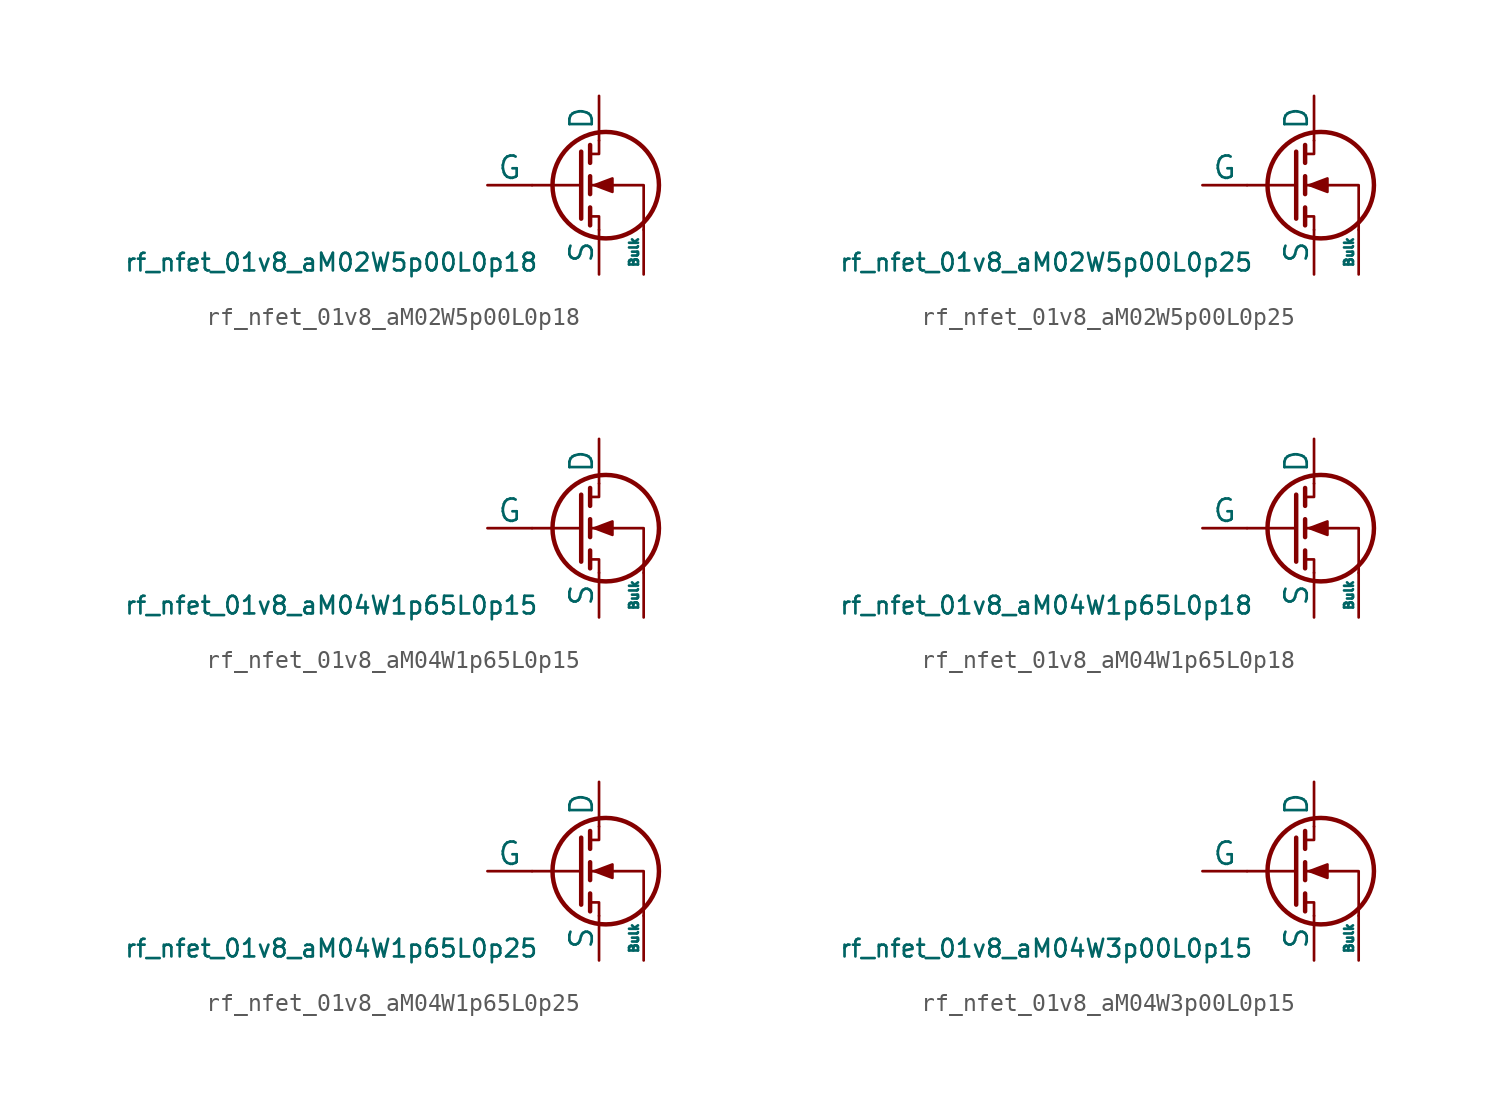
<source format=kicad_sym>
(kicad_symbol_lib
  (version 20211014)
  (generator pdk2kicad)
  (symbol "rf_nfet_01v8_aM02W5p00L0p18"
    (pin_numbers hide)
    (pin_names
      (offset 0))
    (property "Reference" "Q"
      (at 0 0 0)
      (effects (font (size 1 1)) hide))
    (property "Value" "rf_nfet_01v8_aM02W5p00L0p18"
      (at -12.7 -3.81 0)
      (effects (font (size 1 1)) (justify top)))
    (polyline
      (pts (xy 1.524 0) (xy -1.27 0))
      (stroke (width 0) (type default))
      (fill (type none)))
    (polyline
      (pts (xy 1.524 1.905) (xy 1.524 -1.905))
      (stroke (width 0.254) (type default))
      (fill (type none)))
    (polyline
      (pts (xy 2.032 -1.27) (xy 2.032 -2.286))
      (stroke (width 0.254) (type default))
      (fill (type none)))
    (polyline
      (pts (xy 2.032 0.508) (xy 2.032 -0.508))
      (stroke (width 0.254) (type default))
      (fill (type none)))
    (polyline
      (pts (xy 2.032 2.286) (xy 2.032 1.27))
      (stroke (width 0.254) (type default))
      (fill (type none)))
    (polyline
      (pts (xy 2.032 1.778) (xy 2.54 1.778) (xy 2.54 2.54))
      (stroke (width 0) (type default))
      (fill (type none)))
    (polyline
      (pts (xy 2.54 -2.54) (xy 2.54 -1.778) (xy 2.032 -1.778))
      (stroke (width 0) (type default))
      (fill (type none)))
    (polyline
      (pts (xy 5.08 -2.54) (xy 5.08 0) (xy 2.032 0))
      (stroke (width 0) (type default))
      (fill (type none)))
    (polyline
      (pts (xy 2.286 0) (xy 3.302 0.381) (xy 3.302 -0.381) (xy 2.286 0))
      (stroke (width 0) (type default))
      (fill (type outline)))
    (circle
      (center 2.921 0)
      (radius 3.029)
      (stroke (width 0.254) (type default))
      (fill (type none)))
    (pin passive line
      (at 2.54 5.08 270)
      (length 2.54)
      (name "D" (effects (font (size 1.27 1.27))))
      (number "1" (effects (font (size 1.27 1.27)))))
    (pin input line
      (at -3.81 0 0)
      (length 2.54)
      (name "G" (effects (font (size 1.27 1.27))))
      (number "2" (effects (font (size 1.27 1.27)))))
    (pin passive line
      (at 2.54 -5.08 90)
      (length 2.54)
      (name "S" (effects (font (size 1.27 1.27))))
      (number "3" (effects (font (size 1.27 1.27)))))
    (pin input line
      (at 5.08 -5.08 90)
      (length 2.54)
      (name "Bulk" (effects (font (size 0.508 0.508))))
      (number "4" (effects (font (size 1.27 1.27))))))
  (symbol "rf_nfet_01v8_aM02W5p00L0p25"
    (pin_numbers hide)
    (pin_names
      (offset 0))
    (property "Reference" "Q"
      (at 0 0 0)
      (effects (font (size 1 1)) hide))
    (property "Value" "rf_nfet_01v8_aM02W5p00L0p25"
      (at -12.7 -3.81 0)
      (effects (font (size 1 1)) (justify top)))
    (polyline
      (pts (xy 1.524 0) (xy -1.27 0))
      (stroke (width 0) (type default))
      (fill (type none)))
    (polyline
      (pts (xy 1.524 1.905) (xy 1.524 -1.905))
      (stroke (width 0.254) (type default))
      (fill (type none)))
    (polyline
      (pts (xy 2.032 -1.27) (xy 2.032 -2.286))
      (stroke (width 0.254) (type default))
      (fill (type none)))
    (polyline
      (pts (xy 2.032 0.508) (xy 2.032 -0.508))
      (stroke (width 0.254) (type default))
      (fill (type none)))
    (polyline
      (pts (xy 2.032 2.286) (xy 2.032 1.27))
      (stroke (width 0.254) (type default))
      (fill (type none)))
    (polyline
      (pts (xy 2.032 1.778) (xy 2.54 1.778) (xy 2.54 2.54))
      (stroke (width 0) (type default))
      (fill (type none)))
    (polyline
      (pts (xy 2.54 -2.54) (xy 2.54 -1.778) (xy 2.032 -1.778))
      (stroke (width 0) (type default))
      (fill (type none)))
    (polyline
      (pts (xy 5.08 -2.54) (xy 5.08 0) (xy 2.032 0))
      (stroke (width 0) (type default))
      (fill (type none)))
    (polyline
      (pts (xy 2.286 0) (xy 3.302 0.381) (xy 3.302 -0.381) (xy 2.286 0))
      (stroke (width 0) (type default))
      (fill (type outline)))
    (circle
      (center 2.921 0)
      (radius 3.029)
      (stroke (width 0.254) (type default))
      (fill (type none)))
    (pin passive line
      (at 2.54 5.08 270)
      (length 2.54)
      (name "D" (effects (font (size 1.27 1.27))))
      (number "1" (effects (font (size 1.27 1.27)))))
    (pin input line
      (at -3.81 0 0)
      (length 2.54)
      (name "G" (effects (font (size 1.27 1.27))))
      (number "2" (effects (font (size 1.27 1.27)))))
    (pin passive line
      (at 2.54 -5.08 90)
      (length 2.54)
      (name "S" (effects (font (size 1.27 1.27))))
      (number "3" (effects (font (size 1.27 1.27)))))
    (pin input line
      (at 5.08 -5.08 90)
      (length 2.54)
      (name "Bulk" (effects (font (size 0.508 0.508))))
      (number "4" (effects (font (size 1.27 1.27))))))
  (symbol "rf_nfet_01v8_aM04W1p65L0p15"
    (pin_numbers hide)
    (pin_names
      (offset 0))
    (property "Reference" "Q"
      (at 0 0 0)
      (effects (font (size 1 1)) hide))
    (property "Value" "rf_nfet_01v8_aM04W1p65L0p15"
      (at -12.7 -3.81 0)
      (effects (font (size 1 1)) (justify top)))
    (polyline
      (pts (xy 1.524 0) (xy -1.27 0))
      (stroke (width 0) (type default))
      (fill (type none)))
    (polyline
      (pts (xy 1.524 1.905) (xy 1.524 -1.905))
      (stroke (width 0.254) (type default))
      (fill (type none)))
    (polyline
      (pts (xy 2.032 -1.27) (xy 2.032 -2.286))
      (stroke (width 0.254) (type default))
      (fill (type none)))
    (polyline
      (pts (xy 2.032 0.508) (xy 2.032 -0.508))
      (stroke (width 0.254) (type default))
      (fill (type none)))
    (polyline
      (pts (xy 2.032 2.286) (xy 2.032 1.27))
      (stroke (width 0.254) (type default))
      (fill (type none)))
    (polyline
      (pts (xy 2.032 1.778) (xy 2.54 1.778) (xy 2.54 2.54))
      (stroke (width 0) (type default))
      (fill (type none)))
    (polyline
      (pts (xy 2.54 -2.54) (xy 2.54 -1.778) (xy 2.032 -1.778))
      (stroke (width 0) (type default))
      (fill (type none)))
    (polyline
      (pts (xy 5.08 -2.54) (xy 5.08 0) (xy 2.032 0))
      (stroke (width 0) (type default))
      (fill (type none)))
    (polyline
      (pts (xy 2.286 0) (xy 3.302 0.381) (xy 3.302 -0.381) (xy 2.286 0))
      (stroke (width 0) (type default))
      (fill (type outline)))
    (circle
      (center 2.921 0)
      (radius 3.029)
      (stroke (width 0.254) (type default))
      (fill (type none)))
    (pin passive line
      (at 2.54 5.08 270)
      (length 2.54)
      (name "D" (effects (font (size 1.27 1.27))))
      (number "1" (effects (font (size 1.27 1.27)))))
    (pin input line
      (at -3.81 0 0)
      (length 2.54)
      (name "G" (effects (font (size 1.27 1.27))))
      (number "2" (effects (font (size 1.27 1.27)))))
    (pin passive line
      (at 2.54 -5.08 90)
      (length 2.54)
      (name "S" (effects (font (size 1.27 1.27))))
      (number "3" (effects (font (size 1.27 1.27)))))
    (pin input line
      (at 5.08 -5.08 90)
      (length 2.54)
      (name "Bulk" (effects (font (size 0.508 0.508))))
      (number "4" (effects (font (size 1.27 1.27))))))
  (symbol "rf_nfet_01v8_aM04W1p65L0p18"
    (pin_numbers hide)
    (pin_names
      (offset 0))
    (property "Reference" "Q"
      (at 0 0 0)
      (effects (font (size 1 1)) hide))
    (property "Value" "rf_nfet_01v8_aM04W1p65L0p18"
      (at -12.7 -3.81 0)
      (effects (font (size 1 1)) (justify top)))
    (polyline
      (pts (xy 1.524 0) (xy -1.27 0))
      (stroke (width 0) (type default))
      (fill (type none)))
    (polyline
      (pts (xy 1.524 1.905) (xy 1.524 -1.905))
      (stroke (width 0.254) (type default))
      (fill (type none)))
    (polyline
      (pts (xy 2.032 -1.27) (xy 2.032 -2.286))
      (stroke (width 0.254) (type default))
      (fill (type none)))
    (polyline
      (pts (xy 2.032 0.508) (xy 2.032 -0.508))
      (stroke (width 0.254) (type default))
      (fill (type none)))
    (polyline
      (pts (xy 2.032 2.286) (xy 2.032 1.27))
      (stroke (width 0.254) (type default))
      (fill (type none)))
    (polyline
      (pts (xy 2.032 1.778) (xy 2.54 1.778) (xy 2.54 2.54))
      (stroke (width 0) (type default))
      (fill (type none)))
    (polyline
      (pts (xy 2.54 -2.54) (xy 2.54 -1.778) (xy 2.032 -1.778))
      (stroke (width 0) (type default))
      (fill (type none)))
    (polyline
      (pts (xy 5.08 -2.54) (xy 5.08 0) (xy 2.032 0))
      (stroke (width 0) (type default))
      (fill (type none)))
    (polyline
      (pts (xy 2.286 0) (xy 3.302 0.381) (xy 3.302 -0.381) (xy 2.286 0))
      (stroke (width 0) (type default))
      (fill (type outline)))
    (circle
      (center 2.921 0)
      (radius 3.029)
      (stroke (width 0.254) (type default))
      (fill (type none)))
    (pin passive line
      (at 2.54 5.08 270)
      (length 2.54)
      (name "D" (effects (font (size 1.27 1.27))))
      (number "1" (effects (font (size 1.27 1.27)))))
    (pin input line
      (at -3.81 0 0)
      (length 2.54)
      (name "G" (effects (font (size 1.27 1.27))))
      (number "2" (effects (font (size 1.27 1.27)))))
    (pin passive line
      (at 2.54 -5.08 90)
      (length 2.54)
      (name "S" (effects (font (size 1.27 1.27))))
      (number "3" (effects (font (size 1.27 1.27)))))
    (pin input line
      (at 5.08 -5.08 90)
      (length 2.54)
      (name "Bulk" (effects (font (size 0.508 0.508))))
      (number "4" (effects (font (size 1.27 1.27))))))
  (symbol "rf_nfet_01v8_aM04W1p65L0p25"
    (pin_numbers hide)
    (pin_names
      (offset 0))
    (property "Reference" "Q"
      (at 0 0 0)
      (effects (font (size 1 1)) hide))
    (property "Value" "rf_nfet_01v8_aM04W1p65L0p25"
      (at -12.7 -3.81 0)
      (effects (font (size 1 1)) (justify top)))
    (polyline
      (pts (xy 1.524 0) (xy -1.27 0))
      (stroke (width 0) (type default))
      (fill (type none)))
    (polyline
      (pts (xy 1.524 1.905) (xy 1.524 -1.905))
      (stroke (width 0.254) (type default))
      (fill (type none)))
    (polyline
      (pts (xy 2.032 -1.27) (xy 2.032 -2.286))
      (stroke (width 0.254) (type default))
      (fill (type none)))
    (polyline
      (pts (xy 2.032 0.508) (xy 2.032 -0.508))
      (stroke (width 0.254) (type default))
      (fill (type none)))
    (polyline
      (pts (xy 2.032 2.286) (xy 2.032 1.27))
      (stroke (width 0.254) (type default))
      (fill (type none)))
    (polyline
      (pts (xy 2.032 1.778) (xy 2.54 1.778) (xy 2.54 2.54))
      (stroke (width 0) (type default))
      (fill (type none)))
    (polyline
      (pts (xy 2.54 -2.54) (xy 2.54 -1.778) (xy 2.032 -1.778))
      (stroke (width 0) (type default))
      (fill (type none)))
    (polyline
      (pts (xy 5.08 -2.54) (xy 5.08 0) (xy 2.032 0))
      (stroke (width 0) (type default))
      (fill (type none)))
    (polyline
      (pts (xy 2.286 0) (xy 3.302 0.381) (xy 3.302 -0.381) (xy 2.286 0))
      (stroke (width 0) (type default))
      (fill (type outline)))
    (circle
      (center 2.921 0)
      (radius 3.029)
      (stroke (width 0.254) (type default))
      (fill (type none)))
    (pin passive line
      (at 2.54 5.08 270)
      (length 2.54)
      (name "D" (effects (font (size 1.27 1.27))))
      (number "1" (effects (font (size 1.27 1.27)))))
    (pin input line
      (at -3.81 0 0)
      (length 2.54)
      (name "G" (effects (font (size 1.27 1.27))))
      (number "2" (effects (font (size 1.27 1.27)))))
    (pin passive line
      (at 2.54 -5.08 90)
      (length 2.54)
      (name "S" (effects (font (size 1.27 1.27))))
      (number "3" (effects (font (size 1.27 1.27)))))
    (pin input line
      (at 5.08 -5.08 90)
      (length 2.54)
      (name "Bulk" (effects (font (size 0.508 0.508))))
      (number "4" (effects (font (size 1.27 1.27))))))
  (symbol "rf_nfet_01v8_aM04W3p00L0p15"
    (pin_numbers hide)
    (pin_names
      (offset 0))
    (property "Reference" "Q"
      (at 0 0 0)
      (effects (font (size 1 1)) hide))
    (property "Value" "rf_nfet_01v8_aM04W3p00L0p15"
      (at -12.7 -3.81 0)
      (effects (font (size 1 1)) (justify top)))
    (polyline
      (pts (xy 1.524 0) (xy -1.27 0))
      (stroke (width 0) (type default))
      (fill (type none)))
    (polyline
      (pts (xy 1.524 1.905) (xy 1.524 -1.905))
      (stroke (width 0.254) (type default))
      (fill (type none)))
    (polyline
      (pts (xy 2.032 -1.27) (xy 2.032 -2.286))
      (stroke (width 0.254) (type default))
      (fill (type none)))
    (polyline
      (pts (xy 2.032 0.508) (xy 2.032 -0.508))
      (stroke (width 0.254) (type default))
      (fill (type none)))
    (polyline
      (pts (xy 2.032 2.286) (xy 2.032 1.27))
      (stroke (width 0.254) (type default))
      (fill (type none)))
    (polyline
      (pts (xy 2.032 1.778) (xy 2.54 1.778) (xy 2.54 2.54))
      (stroke (width 0) (type default))
      (fill (type none)))
    (polyline
      (pts (xy 2.54 -2.54) (xy 2.54 -1.778) (xy 2.032 -1.778))
      (stroke (width 0) (type default))
      (fill (type none)))
    (polyline
      (pts (xy 5.08 -2.54) (xy 5.08 0) (xy 2.032 0))
      (stroke (width 0) (type default))
      (fill (type none)))
    (polyline
      (pts (xy 2.286 0) (xy 3.302 0.381) (xy 3.302 -0.381) (xy 2.286 0))
      (stroke (width 0) (type default))
      (fill (type outline)))
    (circle
      (center 2.921 0)
      (radius 3.029)
      (stroke (width 0.254) (type default))
      (fill (type none)))
    (pin passive line
      (at 2.54 5.08 270)
      (length 2.54)
      (name "D" (effects (font (size 1.27 1.27))))
      (number "1" (effects (font (size 1.27 1.27)))))
    (pin input line
      (at -3.81 0 0)
      (length 2.54)
      (name "G" (effects (font (size 1.27 1.27))))
      (number "2" (effects (font (size 1.27 1.27)))))
    (pin passive line
      (at 2.54 -5.08 90)
      (length 2.54)
      (name "S" (effects (font (size 1.27 1.27))))
      (number "3" (effects (font (size 1.27 1.27)))))
    (pin input line
      (at 5.08 -5.08 90)
      (length 2.54)
      (name "Bulk" (effects (font (size 0.508 0.508))))
      (number "4" (effects (font (size 1.27 1.27)))))))
</source>
